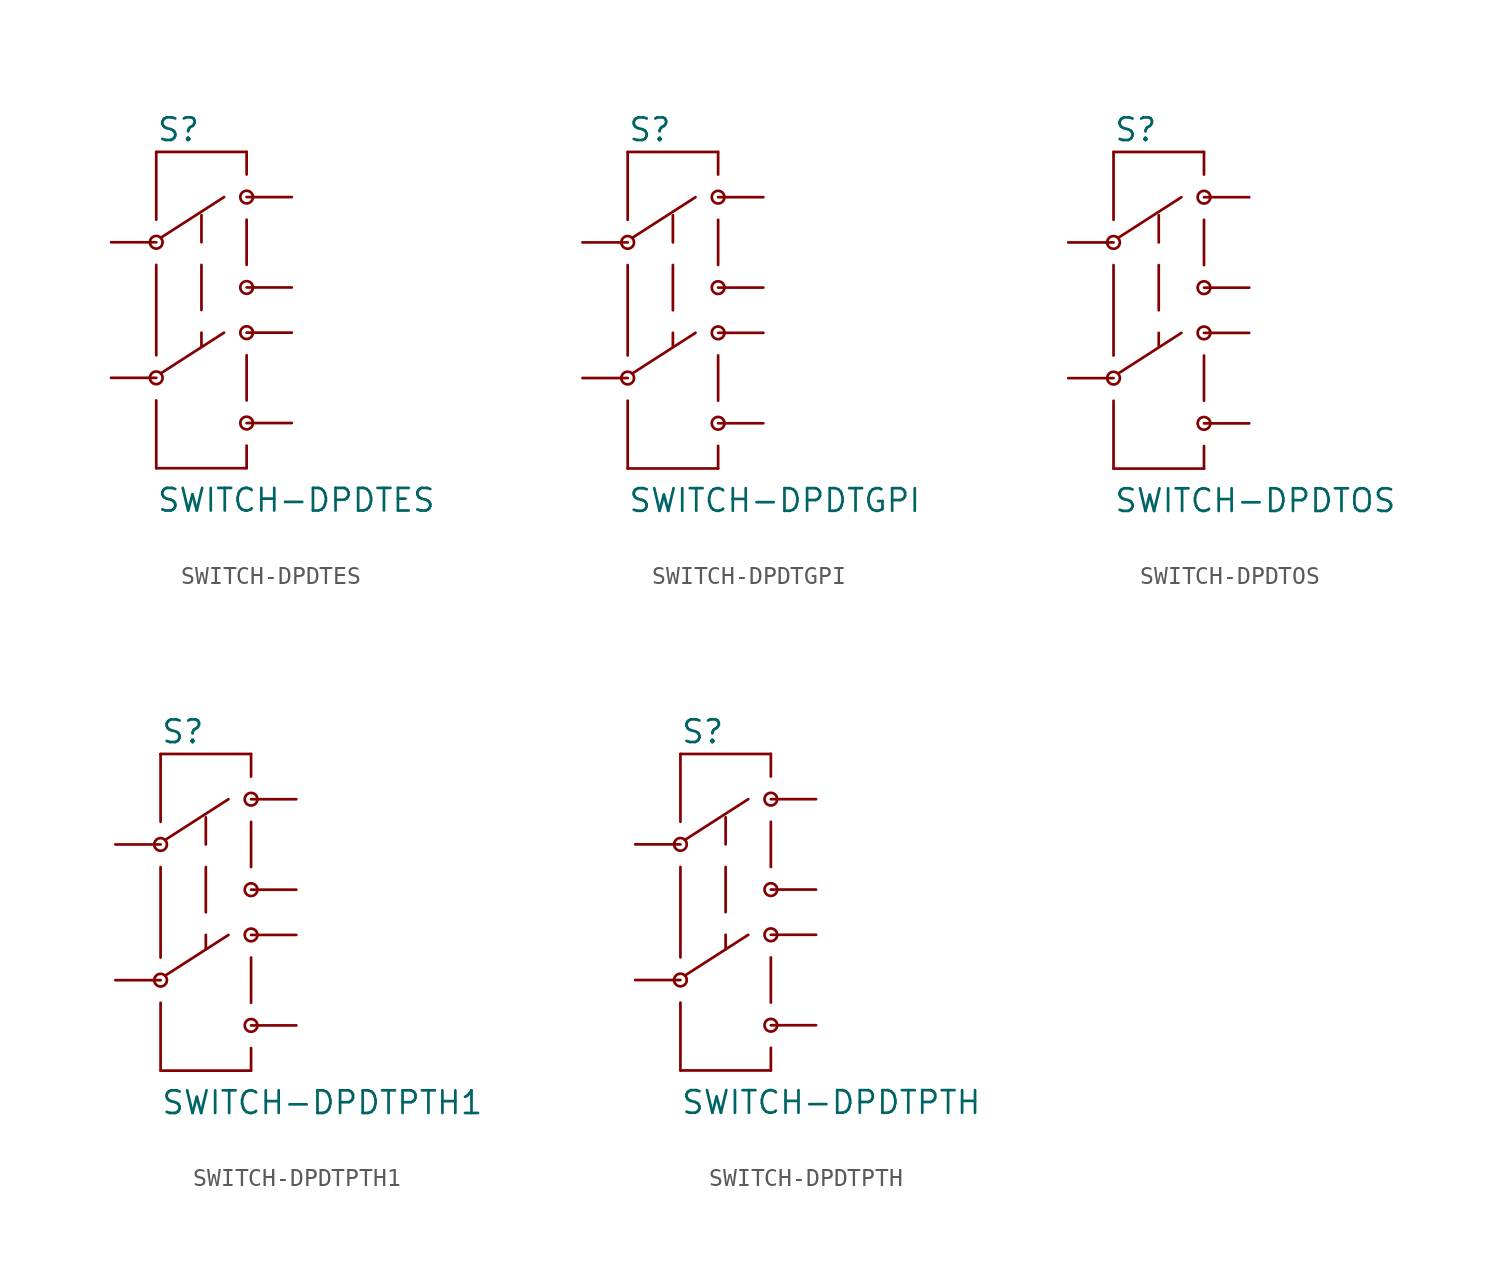
<source format=kicad_sym>
(kicad_symbol_lib
  (version 20220914)
  (generator kicad_symbol_editor)
  (symbol "SWITCH-DPDTES"
    (pin_numbers hide)
    (pin_names
      (offset 1.016) hide)
    (property "Reference" "S"
      (at -2.54 8.128 0)
      (effects (font (size 1.27 1.27)) (justify left bottom)))
    (property "Value" "SWITCH-DPDTES"
      (at -2.54 -12.7 0)
      (effects (font (size 1.27 1.27)) (justify left bottom)))
    (property "ki_locked" ""
      (at 0 0 0)
      (effects (font (size 1.27 1.27))))
    (symbol "SWITCH-DPDTES_1_0"
      (polyline (pts (xy -2.54 -10.16) (xy 2.54 -10.16)) (stroke (width 0) (type solid)) (fill (type none)))
      (polyline (pts (xy -2.54 -6.35) (xy -2.54 -10.16)) (stroke (width 0) (type solid)) (fill (type none)))
      (polyline (pts (xy -2.54 1.27) (xy -2.54 -3.81)) (stroke (width 0) (type solid)) (fill (type none)))
      (polyline (pts (xy -2.54 7.62) (xy -2.54 3.81)) (stroke (width 0) (type solid)) (fill (type none)))
      (polyline (pts (xy -2.286 -4.826) (xy 1.27 -2.54)) (stroke (width 0) (type solid)) (fill (type none)))
      (polyline (pts (xy 0 -2.54) (xy 0 -3.302)) (stroke (width 0) (type solid)) (fill (type none)))
      (polyline (pts (xy 0 1.27) (xy 0 -1.27)) (stroke (width 0) (type solid)) (fill (type none)))
      (polyline (pts (xy 0 4.064) (xy 0 2.54)) (stroke (width 0) (type solid)) (fill (type none)))
      (polyline (pts (xy 1.27 5.08) (xy -2.286 2.794)) (stroke (width 0) (type solid)) (fill (type none)))
      (polyline (pts (xy 2.54 -10.16) (xy 2.54 -8.89)) (stroke (width 0) (type solid)) (fill (type none)))
      (polyline (pts (xy 2.54 -6.35) (xy 2.54 -3.81)) (stroke (width 0) (type solid)) (fill (type none)))
      (polyline (pts (xy 2.54 3.81) (xy 2.54 1.27)) (stroke (width 0) (type solid)) (fill (type none)))
      (polyline (pts (xy 2.54 6.35) (xy 2.54 7.62)) (stroke (width 0) (type solid)) (fill (type none)))
      (polyline (pts (xy 2.54 7.62) (xy -2.54 7.62)) (stroke (width 0) (type solid)) (fill (type none))))
    (symbol "SWITCH-DPDTES_1_1"
      (circle (center -2.54 -5.08) (radius 0.356) (stroke (width 0) (type solid)) (fill (type none)))
      (circle (center -2.54 2.54) (radius 0.356) (stroke (width 0) (type solid)) (fill (type none)))
      (circle (center 2.54 -7.62) (radius 0.356) (stroke (width 0) (type solid)) (fill (type none)))
      (circle (center 2.54 -2.54) (radius 0.356) (stroke (width 0) (type solid)) (fill (type none)))
      (circle (center 2.54 0) (radius 0.356) (stroke (width 0) (type solid)) (fill (type none)))
      (circle (center 2.54 5.08) (radius 0.356) (stroke (width 0) (type solid)) (fill (type none)))
      (pin bidirectional line (at 5.08 5.08 180) (length 2.54) (name "1" (effects (font (size 1.016 1.016)))) (number "1" (effects (font (size 1.016 1.016)))))
      (pin bidirectional line (at -5.08 2.54 0) (length 2.54) (name "2" (effects (font (size 1.016 1.016)))) (number "2" (effects (font (size 1.016 1.016)))))
      (pin bidirectional line (at 5.08 0 180) (length 2.54) (name "3" (effects (font (size 1.016 1.016)))) (number "3" (effects (font (size 1.016 1.016)))))
      (pin bidirectional line (at 5.08 -2.54 180) (length 2.54) (name "4" (effects (font (size 1.016 1.016)))) (number "4" (effects (font (size 1.016 1.016)))))
      (pin bidirectional line (at -5.08 -5.08 0) (length 2.54) (name "5" (effects (font (size 1.016 1.016)))) (number "5" (effects (font (size 1.016 1.016)))))
      (pin bidirectional line (at 5.08 -7.62 180) (length 2.54) (name "6" (effects (font (size 1.016 1.016)))) (number "6" (effects (font (size 1.016 1.016)))))))
  (symbol "SWITCH-DPDTGPI"
    (pin_numbers hide)
    (pin_names
      (offset 1.016) hide)
    (property "Reference" "S"
      (at -2.54 8.128 0)
      (effects (font (size 1.27 1.27)) (justify left bottom)))
    (property "Value" "SWITCH-DPDTGPI"
      (at -2.54 -12.7 0)
      (effects (font (size 1.27 1.27)) (justify left bottom)))
    (property "ki_locked" ""
      (at 0 0 0)
      (effects (font (size 1.27 1.27))))
    (symbol "SWITCH-DPDTGPI_1_0"
      (polyline (pts (xy -2.54 -10.16) (xy 2.54 -10.16)) (stroke (width 0) (type solid)) (fill (type none)))
      (polyline (pts (xy -2.54 -6.35) (xy -2.54 -10.16)) (stroke (width 0) (type solid)) (fill (type none)))
      (polyline (pts (xy -2.54 1.27) (xy -2.54 -3.81)) (stroke (width 0) (type solid)) (fill (type none)))
      (polyline (pts (xy -2.54 7.62) (xy -2.54 3.81)) (stroke (width 0) (type solid)) (fill (type none)))
      (polyline (pts (xy -2.286 -4.826) (xy 1.27 -2.54)) (stroke (width 0) (type solid)) (fill (type none)))
      (polyline (pts (xy 0 -2.54) (xy 0 -3.302)) (stroke (width 0) (type solid)) (fill (type none)))
      (polyline (pts (xy 0 1.27) (xy 0 -1.27)) (stroke (width 0) (type solid)) (fill (type none)))
      (polyline (pts (xy 0 4.064) (xy 0 2.54)) (stroke (width 0) (type solid)) (fill (type none)))
      (polyline (pts (xy 1.27 5.08) (xy -2.286 2.794)) (stroke (width 0) (type solid)) (fill (type none)))
      (polyline (pts (xy 2.54 -10.16) (xy 2.54 -8.89)) (stroke (width 0) (type solid)) (fill (type none)))
      (polyline (pts (xy 2.54 -6.35) (xy 2.54 -3.81)) (stroke (width 0) (type solid)) (fill (type none)))
      (polyline (pts (xy 2.54 3.81) (xy 2.54 1.27)) (stroke (width 0) (type solid)) (fill (type none)))
      (polyline (pts (xy 2.54 6.35) (xy 2.54 7.62)) (stroke (width 0) (type solid)) (fill (type none)))
      (polyline (pts (xy 2.54 7.62) (xy -2.54 7.62)) (stroke (width 0) (type solid)) (fill (type none))))
    (symbol "SWITCH-DPDTGPI_1_1"
      (circle (center -2.54 -5.08) (radius 0.356) (stroke (width 0) (type solid)) (fill (type none)))
      (circle (center -2.54 2.54) (radius 0.356) (stroke (width 0) (type solid)) (fill (type none)))
      (circle (center 2.54 -7.62) (radius 0.356) (stroke (width 0) (type solid)) (fill (type none)))
      (circle (center 2.54 -2.54) (radius 0.356) (stroke (width 0) (type solid)) (fill (type none)))
      (circle (center 2.54 0) (radius 0.356) (stroke (width 0) (type solid)) (fill (type none)))
      (circle (center 2.54 5.08) (radius 0.356) (stroke (width 0) (type solid)) (fill (type none)))
      (pin bidirectional line (at 5.08 5.08 180) (length 2.54) (name "1" (effects (font (size 1.016 1.016)))) (number "10" (effects (font (size 1.016 1.016)))))
      (pin bidirectional line (at 5.08 -2.54 180) (length 2.54) (name "4" (effects (font (size 1.016 1.016)))) (number "11" (effects (font (size 1.016 1.016)))))
      (pin bidirectional line (at 5.08 0 180) (length 2.54) (name "3" (effects (font (size 1.016 1.016)))) (number "20" (effects (font (size 1.016 1.016)))))
      (pin bidirectional line (at 5.08 -7.62 180) (length 2.54) (name "6" (effects (font (size 1.016 1.016)))) (number "21" (effects (font (size 1.016 1.016)))))
      (pin bidirectional line (at -5.08 2.54 0) (length 2.54) (name "2" (effects (font (size 1.016 1.016)))) (number "C@1" (effects (font (size 1.016 1.016)))))
      (pin bidirectional line (at -5.08 -5.08 0) (length 2.54) (name "5" (effects (font (size 1.016 1.016)))) (number "C@2" (effects (font (size 1.016 1.016)))))))
  (symbol "SWITCH-DPDTOS"
    (pin_numbers hide)
    (pin_names
      (offset 1.016) hide)
    (property "Reference" "S"
      (at -2.54 8.128 0)
      (effects (font (size 1.27 1.27)) (justify left bottom)))
    (property "Value" "SWITCH-DPDTOS"
      (at -2.54 -12.7 0)
      (effects (font (size 1.27 1.27)) (justify left bottom)))
    (property "ki_locked" ""
      (at 0 0 0)
      (effects (font (size 1.27 1.27))))
    (symbol "SWITCH-DPDTOS_1_0"
      (polyline (pts (xy -2.54 -10.16) (xy 2.54 -10.16)) (stroke (width 0) (type solid)) (fill (type none)))
      (polyline (pts (xy -2.54 -6.35) (xy -2.54 -10.16)) (stroke (width 0) (type solid)) (fill (type none)))
      (polyline (pts (xy -2.54 1.27) (xy -2.54 -3.81)) (stroke (width 0) (type solid)) (fill (type none)))
      (polyline (pts (xy -2.54 7.62) (xy -2.54 3.81)) (stroke (width 0) (type solid)) (fill (type none)))
      (polyline (pts (xy -2.286 -4.826) (xy 1.27 -2.54)) (stroke (width 0) (type solid)) (fill (type none)))
      (polyline (pts (xy 0 -2.54) (xy 0 -3.302)) (stroke (width 0) (type solid)) (fill (type none)))
      (polyline (pts (xy 0 1.27) (xy 0 -1.27)) (stroke (width 0) (type solid)) (fill (type none)))
      (polyline (pts (xy 0 4.064) (xy 0 2.54)) (stroke (width 0) (type solid)) (fill (type none)))
      (polyline (pts (xy 1.27 5.08) (xy -2.286 2.794)) (stroke (width 0) (type solid)) (fill (type none)))
      (polyline (pts (xy 2.54 -10.16) (xy 2.54 -8.89)) (stroke (width 0) (type solid)) (fill (type none)))
      (polyline (pts (xy 2.54 -6.35) (xy 2.54 -3.81)) (stroke (width 0) (type solid)) (fill (type none)))
      (polyline (pts (xy 2.54 3.81) (xy 2.54 1.27)) (stroke (width 0) (type solid)) (fill (type none)))
      (polyline (pts (xy 2.54 6.35) (xy 2.54 7.62)) (stroke (width 0) (type solid)) (fill (type none)))
      (polyline (pts (xy 2.54 7.62) (xy -2.54 7.62)) (stroke (width 0) (type solid)) (fill (type none))))
    (symbol "SWITCH-DPDTOS_1_1"
      (circle (center -2.54 -5.08) (radius 0.356) (stroke (width 0) (type solid)) (fill (type none)))
      (circle (center -2.54 2.54) (radius 0.356) (stroke (width 0) (type solid)) (fill (type none)))
      (circle (center 2.54 -7.62) (radius 0.356) (stroke (width 0) (type solid)) (fill (type none)))
      (circle (center 2.54 -2.54) (radius 0.356) (stroke (width 0) (type solid)) (fill (type none)))
      (circle (center 2.54 0) (radius 0.356) (stroke (width 0) (type solid)) (fill (type none)))
      (circle (center 2.54 5.08) (radius 0.356) (stroke (width 0) (type solid)) (fill (type none)))
      (pin bidirectional line (at 5.08 5.08 180) (length 2.54) (name "1" (effects (font (size 1.016 1.016)))) (number "1" (effects (font (size 1.016 1.016)))))
      (pin bidirectional line (at -5.08 2.54 0) (length 2.54) (name "2" (effects (font (size 1.016 1.016)))) (number "2" (effects (font (size 1.016 1.016)))))
      (pin bidirectional line (at 5.08 0 180) (length 2.54) (name "3" (effects (font (size 1.016 1.016)))) (number "3" (effects (font (size 1.016 1.016)))))
      (pin bidirectional line (at 5.08 -2.54 180) (length 2.54) (name "4" (effects (font (size 1.016 1.016)))) (number "4" (effects (font (size 1.016 1.016)))))
      (pin bidirectional line (at -5.08 -5.08 0) (length 2.54) (name "5" (effects (font (size 1.016 1.016)))) (number "5" (effects (font (size 1.016 1.016)))))
      (pin bidirectional line (at 5.08 -7.62 180) (length 2.54) (name "6" (effects (font (size 1.016 1.016)))) (number "6" (effects (font (size 1.016 1.016)))))))
  (symbol "SWITCH-DPDTPTH1"
    (pin_numbers hide)
    (pin_names
      (offset 1.016) hide)
    (property "Reference" "S"
      (at -2.54 8.128 0)
      (effects (font (size 1.27 1.27)) (justify left bottom)))
    (property "Value" "SWITCH-DPDTPTH1"
      (at -2.54 -12.7 0)
      (effects (font (size 1.27 1.27)) (justify left bottom)))
    (property "ki_locked" ""
      (at 0 0 0)
      (effects (font (size 1.27 1.27))))
    (symbol "SWITCH-DPDTPTH1_1_0"
      (polyline (pts (xy -2.54 -10.16) (xy 2.54 -10.16)) (stroke (width 0) (type solid)) (fill (type none)))
      (polyline (pts (xy -2.54 -6.35) (xy -2.54 -10.16)) (stroke (width 0) (type solid)) (fill (type none)))
      (polyline (pts (xy -2.54 1.27) (xy -2.54 -3.81)) (stroke (width 0) (type solid)) (fill (type none)))
      (polyline (pts (xy -2.54 7.62) (xy -2.54 3.81)) (stroke (width 0) (type solid)) (fill (type none)))
      (polyline (pts (xy -2.286 -4.826) (xy 1.27 -2.54)) (stroke (width 0) (type solid)) (fill (type none)))
      (polyline (pts (xy 0 -2.54) (xy 0 -3.302)) (stroke (width 0) (type solid)) (fill (type none)))
      (polyline (pts (xy 0 1.27) (xy 0 -1.27)) (stroke (width 0) (type solid)) (fill (type none)))
      (polyline (pts (xy 0 4.064) (xy 0 2.54)) (stroke (width 0) (type solid)) (fill (type none)))
      (polyline (pts (xy 1.27 5.08) (xy -2.286 2.794)) (stroke (width 0) (type solid)) (fill (type none)))
      (polyline (pts (xy 2.54 -10.16) (xy 2.54 -8.89)) (stroke (width 0) (type solid)) (fill (type none)))
      (polyline (pts (xy 2.54 -6.35) (xy 2.54 -3.81)) (stroke (width 0) (type solid)) (fill (type none)))
      (polyline (pts (xy 2.54 3.81) (xy 2.54 1.27)) (stroke (width 0) (type solid)) (fill (type none)))
      (polyline (pts (xy 2.54 6.35) (xy 2.54 7.62)) (stroke (width 0) (type solid)) (fill (type none)))
      (polyline (pts (xy 2.54 7.62) (xy -2.54 7.62)) (stroke (width 0) (type solid)) (fill (type none))))
    (symbol "SWITCH-DPDTPTH1_1_1"
      (circle (center -2.54 -5.08) (radius 0.356) (stroke (width 0) (type solid)) (fill (type none)))
      (circle (center -2.54 2.54) (radius 0.356) (stroke (width 0) (type solid)) (fill (type none)))
      (circle (center 2.54 -7.62) (radius 0.356) (stroke (width 0) (type solid)) (fill (type none)))
      (circle (center 2.54 -2.54) (radius 0.356) (stroke (width 0) (type solid)) (fill (type none)))
      (circle (center 2.54 0) (radius 0.356) (stroke (width 0) (type solid)) (fill (type none)))
      (circle (center 2.54 5.08) (radius 0.356) (stroke (width 0) (type solid)) (fill (type none)))
      (pin bidirectional line (at 5.08 5.08 180) (length 2.54) (name "1" (effects (font (size 1.016 1.016)))) (number "1" (effects (font (size 1.016 1.016)))))
      (pin bidirectional line (at -5.08 2.54 0) (length 2.54) (name "2" (effects (font (size 1.016 1.016)))) (number "2" (effects (font (size 1.016 1.016)))))
      (pin bidirectional line (at 5.08 0 180) (length 2.54) (name "3" (effects (font (size 1.016 1.016)))) (number "3" (effects (font (size 1.016 1.016)))))
      (pin bidirectional line (at 5.08 -2.54 180) (length 2.54) (name "4" (effects (font (size 1.016 1.016)))) (number "4" (effects (font (size 1.016 1.016)))))
      (pin bidirectional line (at -5.08 -5.08 0) (length 2.54) (name "5" (effects (font (size 1.016 1.016)))) (number "5" (effects (font (size 1.016 1.016)))))
      (pin bidirectional line (at 5.08 -7.62 180) (length 2.54) (name "6" (effects (font (size 1.016 1.016)))) (number "6" (effects (font (size 1.016 1.016)))))))
  (symbol "SWITCH-DPDTPTH"
    (pin_numbers hide)
    (pin_names
      (offset 1.016) hide)
    (property "Reference" "S"
      (at -2.54 8.128 0)
      (effects (font (size 1.27 1.27)) (justify left bottom)))
    (property "Value" "SWITCH-DPDTPTH"
      (at -2.54 -12.7 0)
      (effects (font (size 1.27 1.27)) (justify left bottom)))
    (property "ki_locked" ""
      (at 0 0 0)
      (effects (font (size 1.27 1.27))))
    (symbol "SWITCH-DPDTPTH_1_0"
      (polyline (pts (xy -2.54 -10.16) (xy 2.54 -10.16)) (stroke (width 0) (type solid)) (fill (type none)))
      (polyline (pts (xy -2.54 -6.35) (xy -2.54 -10.16)) (stroke (width 0) (type solid)) (fill (type none)))
      (polyline (pts (xy -2.54 1.27) (xy -2.54 -3.81)) (stroke (width 0) (type solid)) (fill (type none)))
      (polyline (pts (xy -2.54 7.62) (xy -2.54 3.81)) (stroke (width 0) (type solid)) (fill (type none)))
      (polyline (pts (xy -2.286 -4.826) (xy 1.27 -2.54)) (stroke (width 0) (type solid)) (fill (type none)))
      (polyline (pts (xy 0 -2.54) (xy 0 -3.302)) (stroke (width 0) (type solid)) (fill (type none)))
      (polyline (pts (xy 0 1.27) (xy 0 -1.27)) (stroke (width 0) (type solid)) (fill (type none)))
      (polyline (pts (xy 0 4.064) (xy 0 2.54)) (stroke (width 0) (type solid)) (fill (type none)))
      (polyline (pts (xy 1.27 5.08) (xy -2.286 2.794)) (stroke (width 0) (type solid)) (fill (type none)))
      (polyline (pts (xy 2.54 -10.16) (xy 2.54 -8.89)) (stroke (width 0) (type solid)) (fill (type none)))
      (polyline (pts (xy 2.54 -6.35) (xy 2.54 -3.81)) (stroke (width 0) (type solid)) (fill (type none)))
      (polyline (pts (xy 2.54 3.81) (xy 2.54 1.27)) (stroke (width 0) (type solid)) (fill (type none)))
      (polyline (pts (xy 2.54 6.35) (xy 2.54 7.62)) (stroke (width 0) (type solid)) (fill (type none)))
      (polyline (pts (xy 2.54 7.62) (xy -2.54 7.62)) (stroke (width 0) (type solid)) (fill (type none))))
    (symbol "SWITCH-DPDTPTH_1_1"
      (circle (center -2.54 -5.08) (radius 0.356) (stroke (width 0) (type solid)) (fill (type none)))
      (circle (center -2.54 2.54) (radius 0.356) (stroke (width 0) (type solid)) (fill (type none)))
      (circle (center 2.54 -7.62) (radius 0.356) (stroke (width 0) (type solid)) (fill (type none)))
      (circle (center 2.54 -2.54) (radius 0.356) (stroke (width 0) (type solid)) (fill (type none)))
      (circle (center 2.54 0) (radius 0.356) (stroke (width 0) (type solid)) (fill (type none)))
      (circle (center 2.54 5.08) (radius 0.356) (stroke (width 0) (type solid)) (fill (type none)))
      (pin bidirectional line (at 5.08 5.08 180) (length 2.54) (name "1" (effects (font (size 1.016 1.016)))) (number "1" (effects (font (size 1.016 1.016)))))
      (pin bidirectional line (at -5.08 2.54 0) (length 2.54) (name "2" (effects (font (size 1.016 1.016)))) (number "2" (effects (font (size 1.016 1.016)))))
      (pin bidirectional line (at 5.08 0 180) (length 2.54) (name "3" (effects (font (size 1.016 1.016)))) (number "3" (effects (font (size 1.016 1.016)))))
      (pin bidirectional line (at 5.08 -2.54 180) (length 2.54) (name "4" (effects (font (size 1.016 1.016)))) (number "4" (effects (font (size 1.016 1.016)))))
      (pin bidirectional line (at -5.08 -5.08 0) (length 2.54) (name "5" (effects (font (size 1.016 1.016)))) (number "5" (effects (font (size 1.016 1.016)))))
      (pin bidirectional line (at 5.08 -7.62 180) (length 2.54) (name "6" (effects (font (size 1.016 1.016)))) (number "6" (effects (font (size 1.016 1.016))))))))
</source>
